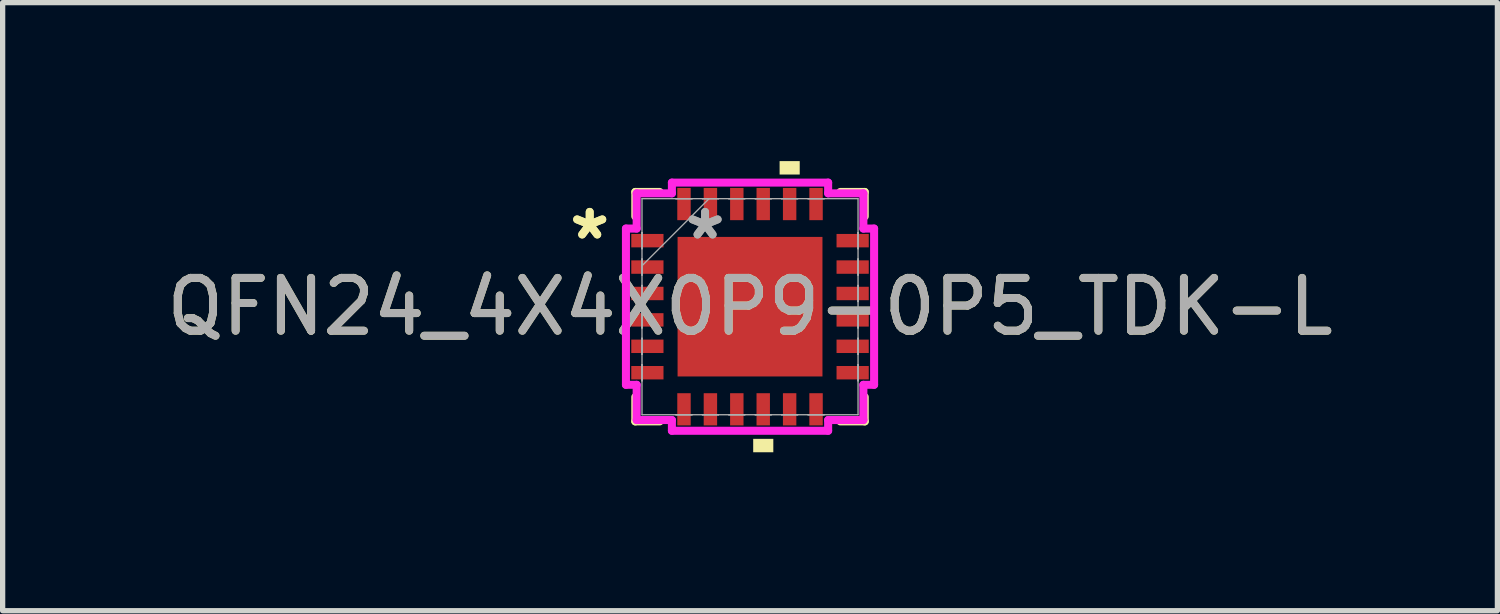
<source format=kicad_pcb>
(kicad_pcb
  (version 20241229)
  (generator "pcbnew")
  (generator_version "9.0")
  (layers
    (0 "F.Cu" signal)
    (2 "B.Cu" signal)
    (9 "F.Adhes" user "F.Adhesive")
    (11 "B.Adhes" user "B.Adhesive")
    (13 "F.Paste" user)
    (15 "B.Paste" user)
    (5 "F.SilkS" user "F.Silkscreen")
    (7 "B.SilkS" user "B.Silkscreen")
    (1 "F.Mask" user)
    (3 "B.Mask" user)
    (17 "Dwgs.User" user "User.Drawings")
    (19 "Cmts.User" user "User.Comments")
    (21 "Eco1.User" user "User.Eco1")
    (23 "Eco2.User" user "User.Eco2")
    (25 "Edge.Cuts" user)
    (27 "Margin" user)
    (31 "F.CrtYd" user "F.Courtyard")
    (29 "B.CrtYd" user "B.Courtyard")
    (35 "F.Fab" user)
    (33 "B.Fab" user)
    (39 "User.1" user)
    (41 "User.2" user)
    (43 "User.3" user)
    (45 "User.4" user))
  (footprint "QFN24_4X4X0P9-0P5_TDK-L"
    (layer "F.Cu")
    (at 11.149 2.756)
    (property "Reference" "QFN24_4X4X0P9-0P5_TDK-L" (at 0 0 0) (unlocked yes) (layer "F.SilkS") (effects (font (size 1 1) (thickness 0.15))))
    (attr smd)
    (fp_line (start -2.172 -2.172) (end -2.172 -1.71) (stroke (width 0.152) (type solid)) (layer "F.SilkS"))
    (fp_line (start -2.172 1.71) (end -2.172 2.172) (stroke (width 0.152) (type solid)) (layer "F.SilkS"))
    (fp_line (start -2.172 2.172) (end -1.71 2.172) (stroke (width 0.152) (type solid)) (layer "F.SilkS"))
    (fp_line (start -1.71 -2.172) (end -2.172 -2.172) (stroke (width 0.152) (type solid)) (layer "F.SilkS"))
    (fp_line (start 1.71 2.172) (end 2.172 2.172) (stroke (width 0.152) (type solid)) (layer "F.SilkS"))
    (fp_line (start 2.172 -2.172) (end 1.71 -2.172) (stroke (width 0.152) (type solid)) (layer "F.SilkS"))
    (fp_line (start 2.172 -1.71) (end 2.172 -2.172) (stroke (width 0.152) (type solid)) (layer "F.SilkS"))
    (fp_line (start 2.172 2.172) (end 2.172 1.71) (stroke (width 0.152) (type solid)) (layer "F.SilkS"))
    (fp_poly (pts (xy 0.06 2.502) (xy 0.06 2.756) (xy 0.441 2.756) (xy 0.441 2.502)) (stroke (width 0) (type solid)) (fill yes) (layer "F.SilkS"))
    (fp_poly (pts (xy 0.56 -2.502) (xy 0.56 -2.756) (xy 0.941 -2.756) (xy 0.941 -2.502)) (stroke (width 0) (type solid)) (fill yes) (layer "F.SilkS"))
    (fp_line (start -2.349 -1.479) (end -2.146 -1.479) (stroke (width 0.152) (type solid)) (layer "F.CrtYd"))
    (fp_line (start -2.349 1.479) (end -2.349 -1.479) (stroke (width 0.152) (type solid)) (layer "F.CrtYd"))
    (fp_line (start -2.146 -2.146) (end -1.479 -2.146) (stroke (width 0.152) (type solid)) (layer "F.CrtYd"))
    (fp_line (start -2.146 -1.479) (end -2.146 -2.146) (stroke (width 0.152) (type solid)) (layer "F.CrtYd"))
    (fp_line (start -2.146 1.479) (end -2.349 1.479) (stroke (width 0.152) (type solid)) (layer "F.CrtYd"))
    (fp_line (start -2.146 2.146) (end -2.146 1.479) (stroke (width 0.152) (type solid)) (layer "F.CrtYd"))
    (fp_line (start -1.479 -2.349) (end 1.479 -2.349) (stroke (width 0.152) (type solid)) (layer "F.CrtYd"))
    (fp_line (start -1.479 -2.146) (end -1.479 -2.349) (stroke (width 0.152) (type solid)) (layer "F.CrtYd"))
    (fp_line (start -1.479 2.146) (end -2.146 2.146) (stroke (width 0.152) (type solid)) (layer "F.CrtYd"))
    (fp_line (start -1.479 2.349) (end -1.479 2.146) (stroke (width 0.152) (type solid)) (layer "F.CrtYd"))
    (fp_line (start 1.479 -2.349) (end 1.479 -2.146) (stroke (width 0.152) (type solid)) (layer "F.CrtYd"))
    (fp_line (start 1.479 -2.146) (end 2.146 -2.146) (stroke (width 0.152) (type solid)) (layer "F.CrtYd"))
    (fp_line (start 1.479 2.146) (end 1.479 2.349) (stroke (width 0.152) (type solid)) (layer "F.CrtYd"))
    (fp_line (start 1.479 2.349) (end -1.479 2.349) (stroke (width 0.152) (type solid)) (layer "F.CrtYd"))
    (fp_line (start 2.146 -2.146) (end 2.146 -1.479) (stroke (width 0.152) (type solid)) (layer "F.CrtYd"))
    (fp_line (start 2.146 -1.479) (end 2.349 -1.479) (stroke (width 0.152) (type solid)) (layer "F.CrtYd"))
    (fp_line (start 2.146 1.479) (end 2.146 2.146) (stroke (width 0.152) (type solid)) (layer "F.CrtYd"))
    (fp_line (start 2.146 2.146) (end 1.479 2.146) (stroke (width 0.152) (type solid)) (layer "F.CrtYd"))
    (fp_line (start 2.349 -1.479) (end 2.349 1.479) (stroke (width 0.152) (type solid)) (layer "F.CrtYd"))
    (fp_line (start 2.349 1.479) (end 2.146 1.479) (stroke (width 0.152) (type solid)) (layer "F.CrtYd"))
    (fp_line (start -2.045 -2.045) (end -2.045 2.045) (stroke (width 0.025) (type solid)) (layer "F.Fab"))
    (fp_line (start -2.045 -1.403) (end -2.045 -1.403) (stroke (width 0.025) (type solid)) (layer "F.Fab"))
    (fp_line (start -2.045 -1.403) (end -2.045 -1.098) (stroke (width 0.025) (type solid)) (layer "F.Fab"))
    (fp_line (start -2.045 -1.098) (end -2.045 -1.403) (stroke (width 0.025) (type solid)) (layer "F.Fab"))
    (fp_line (start -2.045 -1.098) (end -2.045 -1.098) (stroke (width 0.025) (type solid)) (layer "F.Fab"))
    (fp_line (start -2.045 -0.903) (end -2.045 -0.903) (stroke (width 0.025) (type solid)) (layer "F.Fab"))
    (fp_line (start -2.045 -0.903) (end -2.045 -0.598) (stroke (width 0.025) (type solid)) (layer "F.Fab"))
    (fp_line (start -2.045 -0.775) (end -0.775 -2.045) (stroke (width 0.025) (type solid)) (layer "F.Fab"))
    (fp_line (start -2.045 -0.598) (end -2.045 -0.903) (stroke (width 0.025) (type solid)) (layer "F.Fab"))
    (fp_line (start -2.045 -0.598) (end -2.045 -0.598) (stroke (width 0.025) (type solid)) (layer "F.Fab"))
    (fp_line (start -2.045 -0.402) (end -2.045 -0.402) (stroke (width 0.025) (type solid)) (layer "F.Fab"))
    (fp_line (start -2.045 -0.402) (end -2.045 -0.098) (stroke (width 0.025) (type solid)) (layer "F.Fab"))
    (fp_line (start -2.045 -0.098) (end -2.045 -0.402) (stroke (width 0.025) (type solid)) (layer "F.Fab"))
    (fp_line (start -2.045 -0.098) (end -2.045 -0.098) (stroke (width 0.025) (type solid)) (layer "F.Fab"))
    (fp_line (start -2.045 0.098) (end -2.045 0.098) (stroke (width 0.025) (type solid)) (layer "F.Fab"))
    (fp_line (start -2.045 0.098) (end -2.045 0.402) (stroke (width 0.025) (type solid)) (layer "F.Fab"))
    (fp_line (start -2.045 0.402) (end -2.045 0.098) (stroke (width 0.025) (type solid)) (layer "F.Fab"))
    (fp_line (start -2.045 0.402) (end -2.045 0.402) (stroke (width 0.025) (type solid)) (layer "F.Fab"))
    (fp_line (start -2.045 0.598) (end -2.045 0.598) (stroke (width 0.025) (type solid)) (layer "F.Fab"))
    (fp_line (start -2.045 0.598) (end -2.045 0.903) (stroke (width 0.025) (type solid)) (layer "F.Fab"))
    (fp_line (start -2.045 0.903) (end -2.045 0.598) (stroke (width 0.025) (type solid)) (layer "F.Fab"))
    (fp_line (start -2.045 0.903) (end -2.045 0.903) (stroke (width 0.025) (type solid)) (layer "F.Fab"))
    (fp_line (start -2.045 1.098) (end -2.045 1.098) (stroke (width 0.025) (type solid)) (layer "F.Fab"))
    (fp_line (start -2.045 1.098) (end -2.045 1.403) (stroke (width 0.025) (type solid)) (layer "F.Fab"))
    (fp_line (start -2.045 1.403) (end -2.045 1.098) (stroke (width 0.025) (type solid)) (layer "F.Fab"))
    (fp_line (start -2.045 1.403) (end -2.045 1.403) (stroke (width 0.025) (type solid)) (layer "F.Fab"))
    (fp_line (start -2.045 2.045) (end 2.045 2.045) (stroke (width 0.025) (type solid)) (layer "F.Fab"))
    (fp_line (start -1.403 -2.045) (end -1.403 -2.045) (stroke (width 0.025) (type solid)) (layer "F.Fab"))
    (fp_line (start -1.403 -2.045) (end -1.098 -2.045) (stroke (width 0.025) (type solid)) (layer "F.Fab"))
    (fp_line (start -1.403 2.045) (end -1.403 2.045) (stroke (width 0.025) (type solid)) (layer "F.Fab"))
    (fp_line (start -1.403 2.045) (end -1.098 2.045) (stroke (width 0.025) (type solid)) (layer "F.Fab"))
    (fp_line (start -1.098 -2.045) (end -1.403 -2.045) (stroke (width 0.025) (type solid)) (layer "F.Fab"))
    (fp_line (start -1.098 -2.045) (end -1.098 -2.045) (stroke (width 0.025) (type solid)) (layer "F.Fab"))
    (fp_line (start -1.098 2.045) (end -1.403 2.045) (stroke (width 0.025) (type solid)) (layer "F.Fab"))
    (fp_line (start -1.098 2.045) (end -1.098 2.045) (stroke (width 0.025) (type solid)) (layer "F.Fab"))
    (fp_line (start -0.903 -2.045) (end -0.903 -2.045) (stroke (width 0.025) (type solid)) (layer "F.Fab"))
    (fp_line (start -0.903 -2.045) (end -0.598 -2.045) (stroke (width 0.025) (type solid)) (layer "F.Fab"))
    (fp_line (start -0.903 2.045) (end -0.903 2.045) (stroke (width 0.025) (type solid)) (layer "F.Fab"))
    (fp_line (start -0.903 2.045) (end -0.598 2.045) (stroke (width 0.025) (type solid)) (layer "F.Fab"))
    (fp_line (start -0.598 -2.045) (end -0.903 -2.045) (stroke (width 0.025) (type solid)) (layer "F.Fab"))
    (fp_line (start -0.598 -2.045) (end -0.598 -2.045) (stroke (width 0.025) (type solid)) (layer "F.Fab"))
    (fp_line (start -0.598 2.045) (end -0.903 2.045) (stroke (width 0.025) (type solid)) (layer "F.Fab"))
    (fp_line (start -0.598 2.045) (end -0.598 2.045) (stroke (width 0.025) (type solid)) (layer "F.Fab"))
    (fp_line (start -0.402 -2.045) (end -0.402 -2.045) (stroke (width 0.025) (type solid)) (layer "F.Fab"))
    (fp_line (start -0.402 -2.045) (end -0.098 -2.045) (stroke (width 0.025) (type solid)) (layer "F.Fab"))
    (fp_line (start -0.402 2.045) (end -0.402 2.045) (stroke (width 0.025) (type solid)) (layer "F.Fab"))
    (fp_line (start -0.402 2.045) (end -0.098 2.045) (stroke (width 0.025) (type solid)) (layer "F.Fab"))
    (fp_line (start -0.098 -2.045) (end -0.402 -2.045) (stroke (width 0.025) (type solid)) (layer "F.Fab"))
    (fp_line (start -0.098 -2.045) (end -0.098 -2.045) (stroke (width 0.025) (type solid)) (layer "F.Fab"))
    (fp_line (start -0.098 2.045) (end -0.402 2.045) (stroke (width 0.025) (type solid)) (layer "F.Fab"))
    (fp_line (start -0.098 2.045) (end -0.098 2.045) (stroke (width 0.025) (type solid)) (layer "F.Fab"))
    (fp_line (start 0.098 -2.045) (end 0.098 -2.045) (stroke (width 0.025) (type solid)) (layer "F.Fab"))
    (fp_line (start 0.098 -2.045) (end 0.402 -2.045) (stroke (width 0.025) (type solid)) (layer "F.Fab"))
    (fp_line (start 0.098 2.045) (end 0.098 2.045) (stroke (width 0.025) (type solid)) (layer "F.Fab"))
    (fp_line (start 0.098 2.045) (end 0.402 2.045) (stroke (width 0.025) (type solid)) (layer "F.Fab"))
    (fp_line (start 0.402 -2.045) (end 0.098 -2.045) (stroke (width 0.025) (type solid)) (layer "F.Fab"))
    (fp_line (start 0.402 -2.045) (end 0.402 -2.045) (stroke (width 0.025) (type solid)) (layer "F.Fab"))
    (fp_line (start 0.402 2.045) (end 0.098 2.045) (stroke (width 0.025) (type solid)) (layer "F.Fab"))
    (fp_line (start 0.402 2.045) (end 0.402 2.045) (stroke (width 0.025) (type solid)) (layer "F.Fab"))
    (fp_line (start 0.598 -2.045) (end 0.598 -2.045) (stroke (width 0.025) (type solid)) (layer "F.Fab"))
    (fp_line (start 0.598 -2.045) (end 0.903 -2.045) (stroke (width 0.025) (type solid)) (layer "F.Fab"))
    (fp_line (start 0.598 2.045) (end 0.598 2.045) (stroke (width 0.025) (type solid)) (layer "F.Fab"))
    (fp_line (start 0.598 2.045) (end 0.903 2.045) (stroke (width 0.025) (type solid)) (layer "F.Fab"))
    (fp_line (start 0.903 -2.045) (end 0.598 -2.045) (stroke (width 0.025) (type solid)) (layer "F.Fab"))
    (fp_line (start 0.903 -2.045) (end 0.903 -2.045) (stroke (width 0.025) (type solid)) (layer "F.Fab"))
    (fp_line (start 0.903 2.045) (end 0.598 2.045) (stroke (width 0.025) (type solid)) (layer "F.Fab"))
    (fp_line (start 0.903 2.045) (end 0.903 2.045) (stroke (width 0.025) (type solid)) (layer "F.Fab"))
    (fp_line (start 1.098 -2.045) (end 1.098 -2.045) (stroke (width 0.025) (type solid)) (layer "F.Fab"))
    (fp_line (start 1.098 -2.045) (end 1.403 -2.045) (stroke (width 0.025) (type solid)) (layer "F.Fab"))
    (fp_line (start 1.098 2.045) (end 1.098 2.045) (stroke (width 0.025) (type solid)) (layer "F.Fab"))
    (fp_line (start 1.098 2.045) (end 1.403 2.045) (stroke (width 0.025) (type solid)) (layer "F.Fab"))
    (fp_line (start 1.403 -2.045) (end 1.098 -2.045) (stroke (width 0.025) (type solid)) (layer "F.Fab"))
    (fp_line (start 1.403 -2.045) (end 1.403 -2.045) (stroke (width 0.025) (type solid)) (layer "F.Fab"))
    (fp_line (start 1.403 2.045) (end 1.098 2.045) (stroke (width 0.025) (type solid)) (layer "F.Fab"))
    (fp_line (start 1.403 2.045) (end 1.403 2.045) (stroke (width 0.025) (type solid)) (layer "F.Fab"))
    (fp_line (start 2.045 -2.045) (end -2.045 -2.045) (stroke (width 0.025) (type solid)) (layer "F.Fab"))
    (fp_line (start 2.045 -1.403) (end 2.045 -1.403) (stroke (width 0.025) (type solid)) (layer "F.Fab"))
    (fp_line (start 2.045 -1.403) (end 2.045 -1.098) (stroke (width 0.025) (type solid)) (layer "F.Fab"))
    (fp_line (start 2.045 -1.098) (end 2.045 -1.403) (stroke (width 0.025) (type solid)) (layer "F.Fab"))
    (fp_line (start 2.045 -1.098) (end 2.045 -1.098) (stroke (width 0.025) (type solid)) (layer "F.Fab"))
    (fp_line (start 2.045 -0.903) (end 2.045 -0.903) (stroke (width 0.025) (type solid)) (layer "F.Fab"))
    (fp_line (start 2.045 -0.903) (end 2.045 -0.598) (stroke (width 0.025) (type solid)) (layer "F.Fab"))
    (fp_line (start 2.045 -0.598) (end 2.045 -0.903) (stroke (width 0.025) (type solid)) (layer "F.Fab"))
    (fp_line (start 2.045 -0.598) (end 2.045 -0.598) (stroke (width 0.025) (type solid)) (layer "F.Fab"))
    (fp_line (start 2.045 -0.402) (end 2.045 -0.402) (stroke (width 0.025) (type solid)) (layer "F.Fab"))
    (fp_line (start 2.045 -0.402) (end 2.045 -0.098) (stroke (width 0.025) (type solid)) (layer "F.Fab"))
    (fp_line (start 2.045 -0.098) (end 2.045 -0.402) (stroke (width 0.025) (type solid)) (layer "F.Fab"))
    (fp_line (start 2.045 -0.098) (end 2.045 -0.098) (stroke (width 0.025) (type solid)) (layer "F.Fab"))
    (fp_line (start 2.045 0.098) (end 2.045 0.098) (stroke (width 0.025) (type solid)) (layer "F.Fab"))
    (fp_line (start 2.045 0.098) (end 2.045 0.402) (stroke (width 0.025) (type solid)) (layer "F.Fab"))
    (fp_line (start 2.045 0.402) (end 2.045 0.098) (stroke (width 0.025) (type solid)) (layer "F.Fab"))
    (fp_line (start 2.045 0.402) (end 2.045 0.402) (stroke (width 0.025) (type solid)) (layer "F.Fab"))
    (fp_line (start 2.045 0.598) (end 2.045 0.598) (stroke (width 0.025) (type solid)) (layer "F.Fab"))
    (fp_line (start 2.045 0.598) (end 2.045 0.903) (stroke (width 0.025) (type solid)) (layer "F.Fab"))
    (fp_line (start 2.045 0.903) (end 2.045 0.598) (stroke (width 0.025) (type solid)) (layer "F.Fab"))
    (fp_line (start 2.045 0.903) (end 2.045 0.903) (stroke (width 0.025) (type solid)) (layer "F.Fab"))
    (fp_line (start 2.045 1.098) (end 2.045 1.098) (stroke (width 0.025) (type solid)) (layer "F.Fab"))
    (fp_line (start 2.045 1.098) (end 2.045 1.403) (stroke (width 0.025) (type solid)) (layer "F.Fab"))
    (fp_line (start 2.045 1.403) (end 2.045 1.098) (stroke (width 0.025) (type solid)) (layer "F.Fab"))
    (fp_line (start 2.045 1.403) (end 2.045 1.403) (stroke (width 0.025) (type solid)) (layer "F.Fab"))
    (fp_line (start 2.045 2.045) (end 2.045 -2.045) (stroke (width 0.025) (type solid)) (layer "F.Fab"))
    (fp_text user "*" (at -3.035 -1.25 0) (layer "F.SilkS") (effects (font (size 1 1) (thickness 0.15))))
    (fp_text user "*" (at -3.035 -1.25 0) (unlocked yes) (layer "F.SilkS") (effects (font (size 1 1) (thickness 0.15))))
    (fp_text user "*" (at -0.851 -1.25 0) (layer "F.Fab") (effects (font (size 1 1) (thickness 0.15))))
    (fp_text user "${REFERENCE}" (at 0 0 0) (unlocked yes) (layer "F.Fab") (effects (font (size 1 1) (thickness 0.15))))
    (fp_text user "*" (at -0.851 -1.25 0) (unlocked yes) (layer "F.Fab") (effects (font (size 1 1) (thickness 0.15))))
    (pad "1" smd rect (at -1.943 -1.25 90) (size 0.254 0.61) (layers "F.Cu" "F.Mask" "F.Paste"))
    (pad "2" smd rect (at -1.943 -0.75 90) (size 0.254 0.61) (layers "F.Cu" "F.Mask" "F.Paste"))
    (pad "3" smd rect (at -1.943 -0.25 90) (size 0.254 0.61) (layers "F.Cu" "F.Mask" "F.Paste"))
    (pad "4" smd rect (at -1.943 0.25 90) (size 0.254 0.61) (layers "F.Cu" "F.Mask" "F.Paste"))
    (pad "5" smd rect (at -1.943 0.75 90) (size 0.254 0.61) (layers "F.Cu" "F.Mask" "F.Paste"))
    (pad "6" smd rect (at -1.943 1.25 90) (size 0.254 0.61) (layers "F.Cu" "F.Mask" "F.Paste"))
    (pad "7" smd rect (at -1.25 1.943) (size 0.254 0.61) (layers "F.Cu" "F.Mask" "F.Paste"))
    (pad "8" smd rect (at -0.75 1.943) (size 0.254 0.61) (layers "F.Cu" "F.Mask" "F.Paste"))
    (pad "9" smd rect (at -0.25 1.943) (size 0.254 0.61) (layers "F.Cu" "F.Mask" "F.Paste"))
    (pad "10" smd rect (at 0.25 1.943) (size 0.254 0.61) (layers "F.Cu" "F.Mask" "F.Paste"))
    (pad "11" smd rect (at 0.75 1.943) (size 0.254 0.61) (layers "F.Cu" "F.Mask" "F.Paste"))
    (pad "12" smd rect (at 1.25 1.943) (size 0.254 0.61) (layers "F.Cu" "F.Mask" "F.Paste"))
    (pad "13" smd rect (at 1.943 1.25 90) (size 0.254 0.61) (layers "F.Cu" "F.Mask" "F.Paste"))
    (pad "14" smd rect (at 1.943 0.75 90) (size 0.254 0.61) (layers "F.Cu" "F.Mask" "F.Paste"))
    (pad "15" smd rect (at 1.943 0.25 90) (size 0.254 0.61) (layers "F.Cu" "F.Mask" "F.Paste"))
    (pad "16" smd rect (at 1.943 -0.25 90) (size 0.254 0.61) (layers "F.Cu" "F.Mask" "F.Paste"))
    (pad "17" smd rect (at 1.943 -0.75 90) (size 0.254 0.61) (layers "F.Cu" "F.Mask" "F.Paste"))
    (pad "18" smd rect (at 1.943 -1.25 90) (size 0.254 0.61) (layers "F.Cu" "F.Mask" "F.Paste"))
    (pad "19" smd rect (at 1.25 -1.943) (size 0.254 0.61) (layers "F.Cu" "F.Mask" "F.Paste"))
    (pad "20" smd rect (at 0.75 -1.943) (size 0.254 0.61) (layers "F.Cu" "F.Mask" "F.Paste"))
    (pad "21" smd rect (at 0.25 -1.943) (size 0.254 0.61) (layers "F.Cu" "F.Mask" "F.Paste"))
    (pad "22" smd rect (at -0.25 -1.943) (size 0.254 0.61) (layers "F.Cu" "F.Mask" "F.Paste"))
    (pad "23" smd rect (at -0.75 -1.943) (size 0.254 0.61) (layers "F.Cu" "F.Mask" "F.Paste"))
    (pad "24" smd rect (at -1.25 -1.943) (size 0.254 0.61) (layers "F.Cu" "F.Mask" "F.Paste"))
    (pad "25" smd rect (at 0 0) (size 2.743 2.642) (layers "F.Cu" "F.Mask" "F.Paste")))
  (gr_rect
    (start -3 -3)
    (end 25.298 8.512)
    (stroke (width 0.1) (type default))
    (fill no)
    (layer "Edge.Cuts")))
</source>
